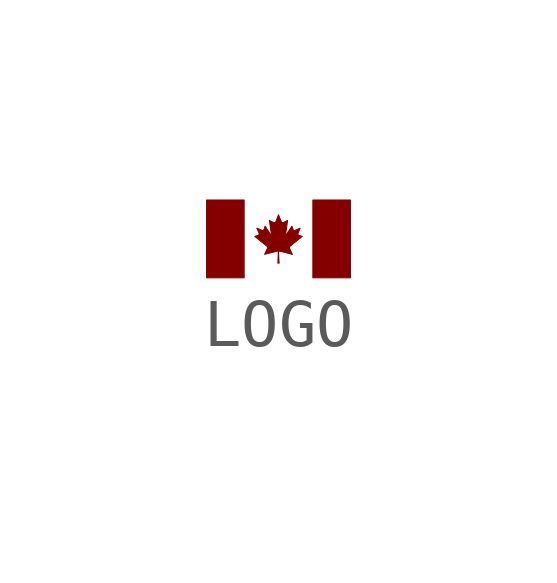
<source format=kicad_sym>
(kicad_symbol_lib
  (version 20220914)
  (generator "bitmap2component")
  (generator_version "9.0")
  (symbol "LOGO"
    (pin_names
      (offset 1.016))
    (property "Reference" "#G"
      (at 0 0.176 0)
      (effects (font (size 1.27 1.27)) hide))
    (symbol "LOGO_0_0"
      (polyline (pts (xy -0.716 0.000100) (xy -0.716 0.811) (xy -1.108 0.811) (xy -1.5 0.811) (xy -1.5 0.000100) (xy -1.5 -0.811) (xy -1.108 -0.811) (xy -0.716 -0.811) (xy -0.716 0.000100)) (stroke (width 0.01) (type default)) (fill (type outline)))
      (polyline (pts (xy 1.5 0.000100) (xy 1.5 0.811) (xy 1.108 0.811) (xy 0.716 0.811) (xy 0.716 0.000100) (xy 0.716 -0.811) (xy 1.108 -0.811) (xy 1.5 -0.811) (xy 1.5 0.000100)) (stroke (width 0.01) (type default)) (fill (type outline)))
      (polyline (pts (xy 0.000200 -0.505) (xy 0.013 -0.505) (xy 0.013 -0.5) (xy 0.013 -0.499) (xy 0.013 -0.495) (xy 0.013 -0.491) (xy 0.012 -0.486) (xy 0.012 -0.485) (xy 0.012 -0.482) (xy 0.011 -0.477) (xy 0.011 -0.471) (xy 0.011 -0.465) (xy 0.01 -0.459) (xy 0.01 -0.457) (xy 0.01 -0.451) (xy 0.009 -0.445) (xy 0.009 -0.439) (xy 0.009 -0.434) (xy 0.009 -0.431) (xy 0.008 -0.429) (xy 0.008 -0.425) (xy 0.008 -0.42) (xy 0.007 -0.414) (xy 0.007 -0.408) (xy 0.007 -0.401) (xy 0.007 -0.398) (xy 0.006 -0.391) (xy 0.006 -0.384) (xy 0.006 -0.377) (xy 0.005 -0.372) (xy 0.005 -0.367) (xy 0.005 -0.366) (xy 0.005 -0.362) (xy 0.005 -0.357) (xy 0.004 -0.35) (xy 0.004 -0.343) (xy 0.004 -0.335) (xy 0.004 -0.327) (xy 0.003 -0.319) (xy 0.003 -0.312) (xy 0.003 -0.303) (xy 0.003 -0.295) (xy 0.003 -0.289) (xy 0.003 -0.283) (xy 0.002 -0.279) (xy 0.002 -0.276) (xy 0.002 -0.274) (xy 0.003 -0.272) (xy 0.003 -0.271) (xy 0.003 -0.271) (xy 0.003 -0.27) (xy 0.003 -0.27) (xy 0.003 -0.269) (xy 0.004 -0.267) (xy 0.004 -0.264) (xy 0.004 -0.261) (xy 0.006 -0.259) (xy 0.009 -0.257) (xy 0.01 -0.257) (xy 0.012 -0.256) (xy 0.015 -0.256) (xy 0.019 -0.255) (xy 0.022 -0.255) (xy 0.026 -0.256) (xy 0.029 -0.257) (xy 0.031 -0.257) (xy 0.035 -0.258) (xy 0.038 -0.259) (xy 0.039 -0.259) (xy 0.042 -0.259) (xy 0.045 -0.26) (xy 0.047 -0.26) (xy 0.048 -0.261) (xy 0.05 -0.261) (xy 0.053 -0.262) (xy 0.056 -0.262) (xy 0.059 -0.263) (xy 0.06 -0.264) (xy 0.06 -0.264) (xy 0.062 -0.264) (xy 0.065 -0.265) (xy 0.066 -0.265) (xy 0.069 -0.266) (xy 0.072 -0.267) (xy 0.073 -0.267) (xy 0.076 -0.268) (xy 0.079 -0.268) (xy 0.079 -0.268) (xy 0.082 -0.269) (xy 0.085 -0.27) (xy 0.086 -0.27) (xy 0.089 -0.271) (xy 0.091 -0.272) (xy 0.094 -0.272) (xy 0.097 -0.273) (xy 0.098 -0.273) (xy 0.101 -0.274) (xy 0.104 -0.275) (xy 0.105 -0.275) (xy 0.108 -0.276) (xy 0.11 -0.276) (xy 0.111 -0.277) (xy 0.114 -0.277) (xy 0.116 -0.278) (xy 0.118 -0.278) (xy 0.121 -0.279) (xy 0.123 -0.28) (xy 0.124 -0.28) (xy 0.126 -0.281) (xy 0.129 -0.281) (xy 0.131 -0.282) (xy 0.134 -0.282) (xy 0.136 -0.283) (xy 0.136 -0.283) (xy 0.139 -0.284) (xy 0.142 -0.284) (xy 0.142 -0.284) (xy 0.145 -0.285) (xy 0.147 -0.286) (xy 0.148 -0.286) (xy 0.151 -0.287) (xy 0.154 -0.288) (xy 0.155 -0.288) (xy 0.158 -0.288) (xy 0.16 -0.289) (xy 0.161 -0.29) (xy 0.164 -0.29) (xy 0.167 -0.291) (xy 0.169 -0.291) (xy 0.172 -0.292) (xy 0.173 -0.293) (xy 0.174 -0.293) (xy 0.176 -0.294) (xy 0.179 -0.294) (xy 0.18 -0.294) (xy 0.183 -0.295) (xy 0.186 -0.296) (xy 0.186 -0.296) (xy 0.189 -0.297) (xy 0.192 -0.297) (xy 0.193 -0.297) (xy 0.196 -0.298) (xy 0.199 -0.299) (xy 0.2 -0.299) (xy 0.203 -0.3) (xy 0.205 -0.301) (xy 0.208 -0.301) (xy 0.21 -0.302) (xy 0.211 -0.302) (xy 0.214 -0.303) (xy 0.217 -0.304) (xy 0.219 -0.304) (xy 0.221 -0.305) (xy 0.223 -0.305) (xy 0.224 -0.306) (xy 0.227 -0.307) (xy 0.23 -0.307) (xy 0.232 -0.307) (xy 0.234 -0.308) (xy 0.236 -0.309) (xy 0.237 -0.309) (xy 0.24 -0.31) (xy 0.243 -0.31) (xy 0.245 -0.311) (xy 0.248 -0.311) (xy 0.25 -0.312) (xy 0.252 -0.313) (xy 0.255 -0.314) (xy 0.257 -0.314) (xy 0.26 -0.315) (xy 0.261 -0.316) (xy 0.264 -0.316) (xy 0.267 -0.317) (xy 0.269 -0.317) (xy 0.272 -0.318) (xy 0.274 -0.318) (xy 0.275 -0.319) (xy 0.277 -0.319) (xy 0.28 -0.32) (xy 0.283 -0.321) (xy 0.285 -0.321) (xy 0.286 -0.321) (xy 0.287 -0.32) (xy 0.286 -0.318) (xy 0.285 -0.314) (xy 0.283 -0.309) (xy 0.282 -0.309) (xy 0.281 -0.306) (xy 0.28 -0.303) (xy 0.279 -0.302) (xy 0.279 -0.3) (xy 0.278 -0.298) (xy 0.277 -0.296) (xy 0.276 -0.295) (xy 0.276 -0.294) (xy 0.275 -0.293) (xy 0.275 -0.293) (xy 0.274 -0.292) (xy 0.273 -0.29) (xy 0.273 -0.289) (xy 0.272 -0.287) (xy 0.271 -0.285) (xy 0.271 -0.284) (xy 0.27 -0.283) (xy 0.27 -0.281) (xy 0.268 -0.279) (xy 0.267 -0.277) (xy 0.267 -0.275) (xy 0.266 -0.274) (xy 0.265 -0.273) (xy 0.265 -0.273) (xy 0.264 -0.271) (xy 0.264 -0.269) (xy 0.263 -0.268) (xy 0.263 -0.266) (xy 0.262 -0.265) (xy 0.261 -0.265) (xy 0.261 -0.263) (xy 0.261 -0.263) (xy 0.26 -0.261) (xy 0.259 -0.258) (xy 0.259 -0.258) (xy 0.257 -0.255) (xy 0.256 -0.253) (xy 0.256 -0.251) (xy 0.255 -0.249) (xy 0.255 -0.249) (xy 0.252 -0.245) (xy 0.251 -0.241) (xy 0.25 -0.239) (xy 0.25 -0.238) (xy 0.249 -0.237) (xy 0.249 -0.237) (xy 0.248 -0.236) (xy 0.247 -0.234) (xy 0.247 -0.233) (xy 0.246 -0.231) (xy 0.245 -0.23) (xy 0.245 -0.229) (xy 0.244 -0.227) (xy 0.244 -0.226) (xy 0.244 -0.224) (xy 0.242 -0.222) (xy 0.242 -0.222) (xy 0.241 -0.218) (xy 0.239 -0.215) (xy 0.239 -0.214) (xy 0.238 -0.212) (xy 0.237 -0.21) (xy 0.237 -0.209) (xy 0.236 -0.207) (xy 0.236 -0.207) (xy 0.235 -0.205) (xy 0.234 -0.203) (xy 0.234 -0.202) (xy 0.233 -0.2) (xy 0.233 -0.198) (xy 0.232 -0.196) (xy 0.231 -0.193) (xy 0.231 -0.189) (xy 0.231 -0.184) (xy 0.231 -0.179) (xy 0.231 -0.174) (xy 0.231 -0.17) (xy 0.232 -0.167) (xy 0.233 -0.166) (xy 0.233 -0.164) (xy 0.234 -0.163) (xy 0.234 -0.161) (xy 0.236 -0.159) (xy 0.237 -0.158) (xy 0.237 -0.157) (xy 0.238 -0.157) (xy 0.239 -0.155) (xy 0.241 -0.153) (xy 0.244 -0.15) (xy 0.247 -0.148) (xy 0.25 -0.145) (xy 0.253 -0.143) (xy 0.255 -0.142) (xy 0.256 -0.141) (xy 0.257 -0.141) (xy 0.258 -0.14) (xy 0.259 -0.139) (xy 0.263 -0.136) (xy 0.267 -0.133) (xy 0.27 -0.13) (xy 0.271 -0.129) (xy 0.273 -0.128) (xy 0.273 -0.127) (xy 0.273 -0.126) (xy 0.274 -0.126) (xy 0.275 -0.126) (xy 0.276 -0.125) (xy 0.278 -0.123) (xy 0.278 -0.123) (xy 0.281 -0.121) (xy 0.283 -0.119) (xy 0.284 -0.118) (xy 0.286 -0.117) (xy 0.286 -0.116) (xy 0.287 -0.116) (xy 0.288 -0.115) (xy 0.29 -0.114) (xy 0.29 -0.114) (xy 0.291 -0.113) (xy 0.293 -0.111) (xy 0.295 -0.11) (xy 0.297 -0.107) (xy 0.301 -0.104) (xy 0.303 -0.103) (xy 0.306 -0.101) (xy 0.308 -0.099) (xy 0.309 -0.098) (xy 0.31 -0.097) (xy 0.313 -0.095) (xy 0.316 -0.092) (xy 0.318 -0.091) (xy 0.32 -0.09) (xy 0.32 -0.089) (xy 0.322 -0.088) (xy 0.322 -0.087) (xy 0.323 -0.086) (xy 0.324 -0.086) (xy 0.326 -0.085) (xy 0.326 -0.085) (xy 0.331 -0.08) (xy 0.338 -0.075) (xy 0.34 -0.073) (xy 0.343 -0.071) (xy 0.345 -0.069) (xy 0.346 -0.068) (xy 0.347 -0.067) (xy 0.349 -0.066) (xy 0.351 -0.065) (xy 0.353 -0.063) (xy 0.355 -0.061) (xy 0.357 -0.06) (xy 0.358 -0.059) (xy 0.358 -0.058) (xy 0.359 -0.057) (xy 0.36 -0.057) (xy 0.361 -0.057) (xy 0.361 -0.056) (xy 0.363 -0.055) (xy 0.365 -0.053) (xy 0.367 -0.051) (xy 0.37 -0.049) (xy 0.371 -0.048) (xy 0.372 -0.047) (xy 0.373 -0.047) (xy 0.374 -0.046) (xy 0.376 -0.044) (xy 0.38 -0.04) (xy 0.385 -0.036) (xy 0.387 -0.035) (xy 0.39 -0.033) (xy 0.39 -0.033) (xy 0.392 -0.031) (xy 0.393 -0.03) (xy 0.393 -0.03) (xy 0.394 -0.029) (xy 0.396 -0.027) (xy 0.399 -0.025) (xy 0.399 -0.025) (xy 0.402 -0.023) (xy 0.403 -0.022) (xy 0.404 -0.021) (xy 0.405 -0.021) (xy 0.406 -0.02) (xy 0.407 -0.019) (xy 0.409 -0.017) (xy 0.411 -0.015) (xy 0.413 -0.014) (xy 0.415 -0.012) (xy 0.417 -0.011) (xy 0.418 -0.01) (xy 0.42 -0.008) (xy 0.422 -0.006) (xy 0.424 -0.005) (xy 0.425 -0.004) (xy 0.426 -0.003) (xy 0.426 -0.003) (xy 0.427 -0.003) (xy 0.428 -0.002) (xy 0.429 -0.001) (xy 0.429 -0.001) (xy 0.431 0.000300) (xy 0.433 0.002) (xy 0.435 0.004) (xy 0.437 0.006) (xy 0.439 0.007) (xy 0.44 0.008) (xy 0.441 0.008) (xy 0.443 0.01) (xy 0.444 0.011) (xy 0.447 0.013) (xy 0.45 0.016) (xy 0.453 0.018) (xy 0.455 0.02) (xy 0.456 0.021) (xy 0.458 0.022) (xy 0.461 0.025) (xy 0.461 0.025) (xy 0.462 0.026) (xy 0.465 0.028) (xy 0.468 0.03) (xy 0.468 0.03) (xy 0.47 0.033) (xy 0.473 0.035) (xy 0.474 0.036) (xy 0.475 0.036) (xy 0.476 0.037) (xy 0.476 0.037) (xy 0.477 0.038) (xy 0.479 0.04) (xy 0.48 0.04) (xy 0.482 0.042) (xy 0.484 0.044) (xy 0.485 0.044) (xy 0.487 0.046) (xy 0.49 0.048) (xy 0.491 0.049) (xy 0.493 0.051) (xy 0.494 0.052) (xy 0.495 0.053) (xy 0.494 0.054) (xy 0.493 0.054) (xy 0.49 0.054) (xy 0.488 0.055) (xy 0.485 0.055) (xy 0.483 0.056) (xy 0.481 0.057) (xy 0.478 0.058) (xy 0.477 0.058) (xy 0.475 0.058) (xy 0.472 0.059) (xy 0.471 0.06) (xy 0.468 0.06) (xy 0.466 0.061) (xy 0.466 0.061) (xy 0.463 0.062) (xy 0.46 0.063) (xy 0.46 0.063) (xy 0.457 0.064) (xy 0.455 0.064) (xy 0.453 0.065) (xy 0.45 0.066) (xy 0.45 0.066) (xy 0.448 0.067) (xy 0.446 0.067) (xy 0.446 0.067) (xy 0.443 0.068) (xy 0.441 0.069) (xy 0.441 0.069) (xy 0.439 0.07) (xy 0.437 0.071) (xy 0.437 0.071) (xy 0.434 0.071) (xy 0.433 0.072) (xy 0.432 0.073) (xy 0.43 0.074) (xy 0.428 0.074) (xy 0.426 0.075) (xy 0.425 0.077) (xy 0.423 0.077) (xy 0.423 0.077) (xy 0.421 0.078) (xy 0.418 0.079) (xy 0.418 0.08) (xy 0.415 0.082) (xy 0.414 0.083) (xy 0.412 0.084) (xy 0.409 0.086) (xy 0.407 0.089) (xy 0.405 0.091) (xy 0.403 0.093) (xy 0.403 0.095) (xy 0.403 0.097) (xy 0.402 0.1) (xy 0.402 0.1) (xy 0.401 0.102) (xy 0.402 0.103) (xy 0.403 0.104) (xy 0.403 0.106) (xy 0.403 0.109) (xy 0.405 0.111) (xy 0.406 0.113) (xy 0.406 0.115) (xy 0.406 0.116) (xy 0.408 0.118) (xy 0.409 0.12) (xy 0.409 0.122) (xy 0.41 0.124) (xy 0.411 0.126) (xy 0.412 0.128) (xy 0.413 0.13) (xy 0.413 0.132) (xy 0.414 0.134) (xy 0.415 0.135) (xy 0.416 0.137) (xy 0.416 0.137) (xy 0.416 0.139) (xy 0.417 0.142) (xy 0.418 0.142) (xy 0.419 0.145) (xy 0.421 0.148) (xy 0.421 0.149) (xy 0.422 0.152) (xy 0.422 0.153) (xy 0.423 0.154) (xy 0.424 0.156) (xy 0.424 0.156) (xy 0.425 0.158) (xy 0.425 0.16) (xy 0.425 0.16) (xy 0.426 0.162) (xy 0.427 0.164) (xy 0.428 0.165) (xy 0.428 0.167) (xy 0.429 0.167) (xy 0.429 0.169) (xy 0.43 0.171) (xy 0.43 0.172) (xy 0.431 0.174) (xy 0.432 0.176) (xy 0.432 0.177) (xy 0.433 0.179) (xy 0.434 0.18) (xy 0.435 0.183) (xy 0.436 0.185) (xy 0.437 0.188) (xy 0.438 0.19) (xy 0.439 0.192) (xy 0.439 0.193) (xy 0.44 0.195) (xy 0.44 0.195) (xy 0.441 0.196) (xy 0.442 0.199) (xy 0.442 0.199) (xy 0.443 0.201) (xy 0.444 0.202) (xy 0.444 0.203) (xy 0.445 0.204) (xy 0.445 0.207) (xy 0.445 0.207) (xy 0.446 0.209) (xy 0.447 0.211) (xy 0.448 0.212) (xy 0.448 0.214) (xy 0.449 0.215) (xy 0.45 0.217) (xy 0.451 0.219) (xy 0.451 0.221) (xy 0.451 0.222) (xy 0.451 0.223) (xy 0.449 0.223) (xy 0.447 0.223) (xy 0.445 0.222) (xy 0.445 0.222) (xy 0.443 0.221) (xy 0.44 0.22) (xy 0.44 0.22) (xy 0.438 0.219) (xy 0.437 0.218) (xy 0.437 0.218) (xy 0.435 0.217) (xy 0.433 0.217) (xy 0.433 0.217) (xy 0.431 0.216) (xy 0.429 0.215) (xy 0.429 0.214) (xy 0.427 0.213) (xy 0.425 0.213) (xy 0.423 0.212) (xy 0.421 0.211) (xy 0.419 0.21) (xy 0.417 0.21) (xy 0.416 0.209) (xy 0.414 0.208) (xy 0.412 0.207) (xy 0.412 0.207) (xy 0.409 0.206) (xy 0.408 0.205) (xy 0.406 0.204) (xy 0.404 0.204) (xy 0.404 0.204) (xy 0.402 0.203) (xy 0.401 0.202) (xy 0.4 0.201) (xy 0.398 0.201) (xy 0.396 0.2) (xy 0.394 0.199) (xy 0.392 0.198) (xy 0.39 0.197) (xy 0.39 0.197) (xy 0.388 0.197) (xy 0.386 0.196) (xy 0.386 0.195) (xy 0.384 0.194) (xy 0.382 0.194) (xy 0.38 0.193) (xy 0.378 0.192) (xy 0.376 0.191) (xy 0.374 0.19) (xy 0.373 0.19) (xy 0.372 0.189) (xy 0.372 0.189) (xy 0.37 0.188) (xy 0.368 0.188) (xy 0.368 0.187) (xy 0.366 0.187) (xy 0.364 0.186) (xy 0.363 0.185) (xy 0.361 0.184) (xy 0.361 0.184) (xy 0.359 0.184) (xy 0.356 0.183) (xy 0.356 0.182) (xy 0.353 0.181) (xy 0.35 0.179) (xy 0.349 0.179) (xy 0.346 0.178) (xy 0.345 0.177) (xy 0.344 0.177) (xy 0.343 0.177) (xy 0.343 0.176) (xy 0.342 0.176) (xy 0.34 0.175) (xy 0.336 0.174) (xy 0.333 0.174) (xy 0.329 0.174) (xy 0.326 0.175) (xy 0.323 0.175) (xy 0.322 0.176) (xy 0.321 0.177) (xy 0.32 0.177) (xy 0.319 0.178) (xy 0.317 0.18) (xy 0.314 0.182) (xy 0.312 0.184) (xy 0.31 0.187) (xy 0.309 0.188) (xy 0.309 0.189) (xy 0.308 0.191) (xy 0.307 0.191) (xy 0.306 0.192) (xy 0.306 0.194) (xy 0.305 0.196) (xy 0.304 0.197) (xy 0.303 0.198) (xy 0.302 0.199) (xy 0.302 0.2) (xy 0.302 0.201) (xy 0.301 0.203) (xy 0.3 0.204) (xy 0.299 0.206) (xy 0.299 0.208) (xy 0.299 0.209) (xy 0.298 0.211) (xy 0.298 0.211) (xy 0.297 0.213) (xy 0.296 0.215) (xy 0.296 0.216) (xy 0.295 0.219) (xy 0.294 0.222) (xy 0.293 0.223) (xy 0.293 0.225) (xy 0.292 0.227) (xy 0.292 0.229) (xy 0.291 0.231) (xy 0.29 0.233) (xy 0.29 0.235) (xy 0.29 0.235) (xy 0.289 0.238) (xy 0.288 0.24) (xy 0.288 0.241) (xy 0.287 0.244) (xy 0.286 0.246) (xy 0.286 0.247) (xy 0.286 0.249) (xy 0.285 0.252) (xy 0.284 0.253) (xy 0.283 0.256) (xy 0.283 0.26) (xy 0.283 0.261) (xy 0.282 0.263) (xy 0.282 0.264) (xy 0.281 0.265) (xy 0.279 0.264) (xy 0.278 0.263) (xy 0.276 0.26) (xy 0.275 0.258) (xy 0.273 0.255) (xy 0.272 0.253) (xy 0.27 0.251) (xy 0.269 0.248) (xy 0.268 0.247) (xy 0.267 0.246) (xy 0.266 0.246) (xy 0.266 0.245) (xy 0.266 0.244) (xy 0.265 0.243) (xy 0.263 0.24) (xy 0.262 0.238) (xy 0.26 0.236) (xy 0.26 0.236) (xy 0.259 0.236) (xy 0.259 0.234) (xy 0.258 0.234) (xy 0.257 0.231) (xy 0.255 0.228) (xy 0.253 0.226) (xy 0.253 0.225) (xy 0.252 0.223) (xy 0.252 0.222) (xy 0.25 0.221) (xy 0.249 0.22) (xy 0.248 0.218) (xy 0.248 0.217) (xy 0.247 0.216) (xy 0.247 0.216) (xy 0.246 0.215) (xy 0.246 0.214) (xy 0.245 0.212) (xy 0.243 0.21) (xy 0.242 0.208) (xy 0.24 0.206) (xy 0.24 0.205) (xy 0.239 0.204) (xy 0.239 0.203) (xy 0.238 0.202) (xy 0.236 0.2) (xy 0.235 0.198) (xy 0.234 0.196) (xy 0.232 0.194) (xy 0.232 0.192) (xy 0.231 0.191) (xy 0.23 0.191) (xy 0.23 0.19) (xy 0.229 0.189) (xy 0.228 0.187) (xy 0.227 0.186) (xy 0.226 0.185) (xy 0.226 0.184) (xy 0.225 0.182) (xy 0.224 0.181) (xy 0.222 0.178) (xy 0.22 0.174) (xy 0.22 0.174) (xy 0.219 0.172) (xy 0.218 0.171) (xy 0.218 0.171) (xy 0.216 0.17) (xy 0.215 0.168) (xy 0.214 0.166) (xy 0.213 0.165) (xy 0.213 0.164) (xy 0.212 0.163) (xy 0.21 0.161) (xy 0.21 0.16) (xy 0.21 0.16) (xy 0.209 0.159) (xy 0.208 0.157) (xy 0.206 0.154) (xy 0.203 0.15) (xy 0.203 0.149) (xy 0.201 0.146) (xy 0.199 0.143) (xy 0.198 0.141) (xy 0.197 0.14) (xy 0.197 0.139) (xy 0.195 0.137) (xy 0.193 0.134) (xy 0.191 0.131) (xy 0.191 0.131) (xy 0.188 0.127) (xy 0.186 0.123) (xy 0.184 0.12) (xy 0.182 0.118) (xy 0.182 0.117) (xy 0.18 0.115) (xy 0.179 0.114) (xy 0.179 0.113) (xy 0.178 0.111) (xy 0.177 0.11) (xy 0.176 0.108) (xy 0.174 0.105) (xy 0.173 0.104) (xy 0.172 0.103) (xy 0.172 0.103) (xy 0.171 0.102) (xy 0.171 0.101) (xy 0.17 0.099) (xy 0.168 0.097) (xy 0.167 0.094) (xy 0.166 0.093) (xy 0.165 0.093) (xy 0.165 0.091) (xy 0.164 0.091) (xy 0.164 0.089) (xy 0.163 0.089) (xy 0.162 0.087) (xy 0.16 0.085) (xy 0.158 0.082) (xy 0.157 0.079) (xy 0.156 0.077) (xy 0.155 0.076) (xy 0.155 0.076) (xy 0.153 0.074) (xy 0.152 0.073) (xy 0.151 0.071) (xy 0.151 0.071) (xy 0.15 0.069) (xy 0.148 0.068) (xy 0.146 0.07) (xy 0.145 0.071) (xy 0.145 0.073) (xy 0.145 0.074) (xy 0.146 0.077) (xy 0.146 0.08) (xy 0.147 0.084) (xy 0.147 0.087) (xy 0.147 0.091) (xy 0.148 0.094) (xy 0.148 0.097) (xy 0.149 0.098) (xy 0.149 0.101) (xy 0.15 0.105) (xy 0.15 0.109) (xy 0.15 0.111) (xy 0.151 0.115) (xy 0.151 0.117) (xy 0.152 0.119) (xy 0.152 0.12) (xy 0.152 0.122) (xy 0.153 0.126) (xy 0.153 0.13) (xy 0.154 0.134) (xy 0.154 0.138) (xy 0.155 0.141) (xy 0.155 0.142) (xy 0.155 0.143) (xy 0.156 0.146) (xy 0.156 0.15) (xy 0.157 0.154) (xy 0.157 0.158) (xy 0.158 0.161) (xy 0.158 0.164) (xy 0.158 0.165) (xy 0.159 0.165) (xy 0.159 0.167) (xy 0.159 0.17) (xy 0.16 0.174) (xy 0.16 0.176) (xy 0.16 0.18) (xy 0.161 0.183) (xy 0.162 0.186) (xy 0.162 0.189) (xy 0.163 0.192) (xy 0.163 0.196) (xy 0.163 0.199) (xy 0.164 0.203) (xy 0.164 0.207) (xy 0.165 0.208) (xy 0.165 0.212) (xy 0.166 0.216) (xy 0.166 0.221) (xy 0.167 0.224) (xy 0.167 0.228) (xy 0.167 0.231) (xy 0.168 0.232) (xy 0.168 0.233) (xy 0.169 0.235) (xy 0.169 0.238) (xy 0.169 0.241) (xy 0.169 0.243) (xy 0.17 0.246) (xy 0.17 0.25) (xy 0.171 0.253) (xy 0.171 0.254) (xy 0.172 0.257) (xy 0.172 0.26) (xy 0.173 0.264) (xy 0.173 0.266) (xy 0.173 0.27) (xy 0.174 0.274) (xy 0.174 0.276) (xy 0.175 0.278) (xy 0.175 0.281) (xy 0.176 0.285) (xy 0.176 0.287) (xy 0.176 0.292) (xy 0.177 0.296) (xy 0.177 0.297) (xy 0.178 0.301) (xy 0.179 0.305) (xy 0.179 0.309) (xy 0.179 0.311) (xy 0.18 0.315) (xy 0.18 0.319) (xy 0.181 0.323) (xy 0.182 0.325) (xy 0.182 0.329) (xy 0.182 0.333) (xy 0.183 0.336) (xy 0.183 0.339) (xy 0.184 0.342) (xy 0.184 0.343) (xy 0.185 0.346) (xy 0.185 0.35) (xy 0.185 0.354) (xy 0.186 0.356) (xy 0.186 0.36) (xy 0.187 0.363) (xy 0.187 0.366) (xy 0.188 0.366) (xy 0.188 0.369) (xy 0.188 0.372) (xy 0.189 0.376) (xy 0.189 0.38) (xy 0.189 0.383) (xy 0.189 0.385) (xy 0.189 0.386) (xy 0.189 0.386) (xy 0.187 0.386) (xy 0.185 0.385) (xy 0.183 0.383) (xy 0.181 0.382) (xy 0.179 0.381) (xy 0.178 0.38) (xy 0.178 0.38) (xy 0.176 0.379) (xy 0.175 0.378) (xy 0.173 0.377) (xy 0.173 0.377) (xy 0.171 0.376) (xy 0.17 0.376) (xy 0.169 0.375) (xy 0.167 0.374) (xy 0.166 0.373) (xy 0.164 0.372) (xy 0.163 0.372) (xy 0.161 0.371) (xy 0.16 0.37) (xy 0.159 0.369) (xy 0.157 0.368) (xy 0.155 0.368) (xy 0.155 0.368) (xy 0.154 0.367) (xy 0.152 0.366) (xy 0.152 0.366) (xy 0.15 0.364) (xy 0.148 0.364) (xy 0.147 0.363) (xy 0.144 0.362) (xy 0.141 0.36) (xy 0.138 0.358) (xy 0.135 0.357) (xy 0.133 0.356) (xy 0.132 0.356) (xy 0.131 0.356) (xy 0.13 0.355) (xy 0.13 0.355) (xy 0.129 0.354) (xy 0.127 0.353) (xy 0.126 0.353) (xy 0.123 0.352) (xy 0.122 0.351) (xy 0.121 0.35) (xy 0.119 0.35) (xy 0.119 0.35) (xy 0.117 0.349) (xy 0.115 0.348) (xy 0.115 0.348) (xy 0.113 0.347) (xy 0.111 0.346) (xy 0.11 0.346) (xy 0.108 0.346) (xy 0.106 0.345) (xy 0.105 0.344) (xy 0.102 0.343) (xy 0.099 0.343) (xy 0.099 0.343) (xy 0.097 0.343) (xy 0.094 0.342) (xy 0.093 0.341) (xy 0.09 0.34) (xy 0.086 0.34) (xy 0.082 0.34) (xy 0.078 0.34) (xy 0.075 0.341) (xy 0.072 0.342) (xy 0.071 0.343) (xy 0.069 0.343) (xy 0.069 0.343) (xy 0.068 0.344) (xy 0.066 0.346) (xy 0.064 0.348) (xy 0.062 0.349) (xy 0.062 0.351) (xy 0.061 0.351) (xy 0.06 0.353) (xy 0.06 0.354) (xy 0.059 0.356) (xy 0.059 0.358) (xy 0.058 0.36) (xy 0.058 0.36) (xy 0.057 0.362) (xy 0.056 0.365) (xy 0.056 0.365) (xy 0.055 0.368) (xy 0.054 0.369) (xy 0.054 0.369) (xy 0.053 0.371) (xy 0.053 0.373) (xy 0.053 0.373) (xy 0.052 0.376) (xy 0.051 0.377) (xy 0.051 0.377) (xy 0.05 0.379) (xy 0.049 0.382) (xy 0.049 0.382) (xy 0.048 0.384) (xy 0.048 0.386) (xy 0.047 0.387) (xy 0.046 0.388) (xy 0.046 0.389) (xy 0.046 0.391) (xy 0.044 0.393) (xy 0.044 0.394) (xy 0.043 0.396) (xy 0.043 0.398) (xy 0.043 0.399) (xy 0.042 0.401) (xy 0.041 0.402) (xy 0.04 0.405) (xy 0.039 0.407) (xy 0.038 0.409) (xy 0.038 0.409) (xy 0.037 0.411) (xy 0.036 0.413) (xy 0.036 0.414) (xy 0.035 0.416) (xy 0.035 0.418) (xy 0.034 0.418) (xy 0.033 0.42) (xy 0.033 0.42) (xy 0.033 0.422) (xy 0.032 0.425) (xy 0.031 0.425) (xy 0.03 0.428) (xy 0.03 0.429) (xy 0.03 0.429) (xy 0.029 0.431) (xy 0.028 0.433) (xy 0.028 0.433) (xy 0.027 0.436) (xy 0.026 0.438) (xy 0.026 0.439) (xy 0.025 0.441) (xy 0.025 0.441) (xy 0.024 0.443) (xy 0.024 0.445) (xy 0.023 0.445) (xy 0.023 0.448) (xy 0.022 0.449) (xy 0.022 0.449) (xy 0.021 0.451) (xy 0.02 0.454) (xy 0.02 0.454) (xy 0.019 0.456) (xy 0.018 0.458) (xy 0.018 0.459) (xy 0.017 0.461) (xy 0.017 0.461) (xy 0.017 0.463) (xy 0.015 0.465) (xy 0.015 0.465) (xy 0.014 0.468) (xy 0.014 0.469) (xy 0.013 0.471) (xy 0.012 0.473) (xy 0.011 0.474) (xy 0.011 0.477) (xy 0.011 0.477) (xy 0.01 0.479) (xy 0.009 0.481) (xy 0.009 0.481) (xy 0.008 0.483) (xy 0.007 0.485) (xy 0.007 0.486) (xy 0.006 0.488) (xy 0.005 0.49) (xy 0.005 0.49) (xy 0.004 0.492) (xy 0.004 0.494) (xy 0.003 0.497) (xy 0.001 0.499) (xy 0.001 0.501) (xy 0.001 0.502) (xy 0 0.502) (xy -0.001 0.502) (xy -0.001 0.5) (xy -0.001 0.499) (xy -0.002 0.497) (xy -0.002 0.497) (xy -0.003 0.495) (xy -0.004 0.493) (xy -0.004 0.493) (xy -0.005 0.49) (xy -0.006 0.488) (xy -0.006 0.487) (xy -0.007 0.485) (xy -0.007 0.485) (xy -0.007 0.483) (xy -0.009 0.48) (xy -0.009 0.48) (xy -0.01 0.477) (xy -0.01 0.476) (xy -0.01 0.476) (xy -0.011 0.474) (xy -0.012 0.472) (xy -0.012 0.471) (xy -0.013 0.469) (xy -0.014 0.467) (xy -0.014 0.466) (xy -0.015 0.464) (xy -0.015 0.464) (xy -0.016 0.462) (xy -0.017 0.46) (xy -0.017 0.46) (xy -0.018 0.457) (xy -0.019 0.455) (xy -0.019 0.453) (xy -0.02 0.452) (xy -0.02 0.451) (xy -0.02 0.449) (xy -0.021 0.447) (xy -0.022 0.447) (xy -0.023 0.444) (xy -0.024 0.441) (xy -0.024 0.441) (xy -0.024 0.439) (xy -0.025 0.437) (xy -0.026 0.436) (xy -0.027 0.434) (xy -0.027 0.434) (xy -0.027 0.431) (xy -0.028 0.429) (xy -0.029 0.429) (xy -0.03 0.427) (xy -0.03 0.425) (xy -0.03 0.425) (xy -0.031 0.423) (xy -0.032 0.42) (xy -0.032 0.42) (xy -0.033 0.417) (xy -0.034 0.416) (xy -0.034 0.415) (xy -0.035 0.413) (xy -0.035 0.413) (xy -0.036 0.41) (xy -0.036 0.408) (xy -0.037 0.407) (xy -0.037 0.405) (xy -0.038 0.404) (xy -0.039 0.403) (xy -0.04 0.401) (xy -0.04 0.401) (xy -0.04 0.399) (xy -0.041 0.396) (xy -0.041 0.396) (xy -0.042 0.393) (xy -0.043 0.39) (xy -0.043 0.39) (xy -0.044 0.388) (xy -0.045 0.386) (xy -0.046 0.385) (xy -0.046 0.382) (xy -0.047 0.381) (xy -0.048 0.379) (xy -0.048 0.379) (xy -0.049 0.377) (xy -0.049 0.375) (xy -0.05 0.374) (xy -0.05 0.372) (xy -0.051 0.37) (xy -0.052 0.369) (xy -0.052 0.367) (xy -0.052 0.367) (xy -0.053 0.365) (xy -0.054 0.362) (xy -0.054 0.362) (xy -0.055 0.359) (xy -0.056 0.358) (xy -0.056 0.358) (xy -0.057 0.356) (xy -0.059 0.353) (xy -0.061 0.35) (xy -0.064 0.348) (xy -0.067 0.345) (xy -0.07 0.344) (xy -0.072 0.343) (xy -0.074 0.343) (xy -0.076 0.342) (xy -0.077 0.341) (xy -0.08 0.341) (xy -0.084 0.34) (xy -0.088 0.341) (xy -0.091 0.341) (xy -0.094 0.342) (xy -0.097 0.343) (xy -0.099 0.343) (xy -0.1 0.343) (xy -0.103 0.344) (xy -0.106 0.345) (xy -0.106 0.345) (xy -0.109 0.346) (xy -0.111 0.346) (xy -0.111 0.346) (xy -0.113 0.347) (xy -0.115 0.348) (xy -0.116 0.348) (xy -0.118 0.349) (xy -0.12 0.35) (xy -0.121 0.35) (xy -0.122 0.351) (xy -0.122 0.351) (xy -0.124 0.352) (xy -0.126 0.353) (xy -0.127 0.353) (xy -0.129 0.353) (xy -0.13 0.354) (xy -0.13 0.354) (xy -0.132 0.355) (xy -0.135 0.357) (xy -0.139 0.359) (xy -0.141 0.36) (xy -0.145 0.362) (xy -0.147 0.363) (xy -0.148 0.364) (xy -0.148 0.364) (xy -0.15 0.365) (xy -0.152 0.366) (xy -0.153 0.366) (xy -0.154 0.367) (xy -0.156 0.368) (xy -0.157 0.368) (xy -0.159 0.369) (xy -0.16 0.37) (xy -0.162 0.371) (xy -0.162 0.372) (xy -0.164 0.372) (xy -0.165 0.372) (xy -0.167 0.374) (xy -0.168 0.375) (xy -0.17 0.376) (xy -0.171 0.376) (xy -0.173 0.377) (xy -0.175 0.378) (xy -0.176 0.379) (xy -0.177 0.379) (xy -0.178 0.38) (xy -0.179 0.381) (xy -0.181 0.382) (xy -0.183 0.383) (xy -0.186 0.385) (xy -0.186 0.385) (xy -0.188 0.386) (xy -0.189 0.386) (xy -0.189 0.386) (xy -0.189 0.384) (xy -0.189 0.381) (xy -0.189 0.377) (xy -0.189 0.374) (xy -0.188 0.37) (xy -0.188 0.367) (xy -0.187 0.365) (xy -0.187 0.364) (xy -0.186 0.361) (xy -0.186 0.357) (xy -0.185 0.353) (xy -0.185 0.351) (xy -0.185 0.347) (xy -0.184 0.344) (xy -0.184 0.342) (xy -0.183 0.34) (xy -0.183 0.337) (xy -0.183 0.333) (xy -0.183 0.332) (xy -0.182 0.327) (xy -0.181 0.322) (xy -0.18 0.32) (xy -0.18 0.315) (xy -0.179 0.31) (xy -0.179 0.307) (xy -0.178 0.303) (xy -0.178 0.299) (xy -0.177 0.298) (xy -0.177 0.294) (xy -0.176 0.29) (xy -0.176 0.285) (xy -0.175 0.283) (xy -0.175 0.279) (xy -0.175 0.276) (xy -0.174 0.275) (xy -0.174 0.274) (xy -0.173 0.272) (xy -0.173 0.268) (xy -0.173 0.265) (xy -0.172 0.262) (xy -0.172 0.259) (xy -0.172 0.256) (xy -0.171 0.255) (xy -0.171 0.254) (xy -0.17 0.251) (xy -0.17 0.248) (xy -0.17 0.244) (xy -0.169 0.24) (xy -0.169 0.236) (xy -0.168 0.234) (xy -0.168 0.232) (xy -0.168 0.231) (xy -0.167 0.228) (xy -0.167 0.225) (xy -0.166 0.221) (xy -0.166 0.218) (xy -0.166 0.213) (xy -0.165 0.21) (xy -0.164 0.207) (xy -0.164 0.204) (xy -0.163 0.2) (xy -0.163 0.196) (xy -0.163 0.193) (xy -0.162 0.189) (xy -0.162 0.186) (xy -0.161 0.185) (xy -0.161 0.182) (xy -0.16 0.178) (xy -0.16 0.174) (xy -0.16 0.172) (xy -0.159 0.169) (xy -0.159 0.166) (xy -0.158 0.165) (xy -0.158 0.164) (xy -0.158 0.161) (xy -0.157 0.158) (xy -0.157 0.154) (xy -0.156 0.15) (xy -0.156 0.146) (xy -0.155 0.143) (xy -0.155 0.142) (xy -0.155 0.141) (xy -0.154 0.138) (xy -0.154 0.134) (xy -0.153 0.13) (xy -0.153 0.126) (xy -0.152 0.122) (xy -0.152 0.12) (xy -0.152 0.119) (xy -0.151 0.118) (xy -0.151 0.116) (xy -0.151 0.113) (xy -0.15 0.109) (xy -0.15 0.107) (xy -0.15 0.103) (xy -0.149 0.1) (xy -0.149 0.097) (xy -0.148 0.096) (xy -0.148 0.093) (xy -0.147 0.089) (xy -0.147 0.084) (xy -0.146 0.082) (xy -0.146 0.077) (xy -0.145 0.074) (xy -0.145 0.072) (xy -0.145 0.072) (xy -0.145 0.07) (xy -0.145 0.069) (xy -0.147 0.069) (xy -0.149 0.069) (xy -0.151 0.07) (xy -0.152 0.072) (xy -0.152 0.072) (xy -0.153 0.073) (xy -0.154 0.074) (xy -0.155 0.076) (xy -0.155 0.076) (xy -0.156 0.078) (xy -0.158 0.081) (xy -0.159 0.083) (xy -0.16 0.084) (xy -0.161 0.085) (xy -0.162 0.087) (xy -0.163 0.089) (xy -0.165 0.092) (xy -0.166 0.093) (xy -0.166 0.093) (xy -0.167 0.095) (xy -0.169 0.097) (xy -0.17 0.099) (xy -0.171 0.101) (xy -0.172 0.102) (xy -0.172 0.102) (xy -0.172 0.103) (xy -0.173 0.103) (xy -0.174 0.105) (xy -0.176 0.107) (xy -0.177 0.11) (xy -0.178 0.112) (xy -0.178 0.113) (xy -0.179 0.113) (xy -0.18 0.114) (xy -0.18 0.115) (xy -0.181 0.116) (xy -0.182 0.118) (xy -0.183 0.119) (xy -0.185 0.121) (xy -0.187 0.124) (xy -0.189 0.128) (xy -0.192 0.132) (xy -0.195 0.136) (xy -0.197 0.14) (xy -0.199 0.143) (xy -0.2 0.145) (xy -0.201 0.146) (xy -0.202 0.148) (xy -0.203 0.148) (xy -0.203 0.149) (xy -0.203 0.15) (xy -0.204 0.151) (xy -0.205 0.153) (xy -0.206 0.153) (xy -0.207 0.155) (xy -0.207 0.157) (xy -0.208 0.157) (xy -0.209 0.158) (xy -0.209 0.159) (xy -0.21 0.16) (xy -0.21 0.161) (xy -0.212 0.163) (xy -0.213 0.164) (xy -0.213 0.165) (xy -0.213 0.165) (xy -0.214 0.166) (xy -0.215 0.168) (xy -0.217 0.17) (xy -0.218 0.172) (xy -0.219 0.172) (xy -0.219 0.173) (xy -0.22 0.175) (xy -0.222 0.179) (xy -0.225 0.182) (xy -0.226 0.183) (xy -0.226 0.185) (xy -0.227 0.186) (xy -0.228 0.187) (xy -0.229 0.189) (xy -0.23 0.19) (xy -0.23 0.191) (xy -0.231 0.191) (xy -0.231 0.191) (xy -0.232 0.192) (xy -0.233 0.194) (xy -0.234 0.196) (xy -0.235 0.198) (xy -0.237 0.201) (xy -0.238 0.203) (xy -0.24 0.205) (xy -0.241 0.207) (xy -0.241 0.207) (xy -0.242 0.209) (xy -0.244 0.211) (xy -0.244 0.212) (xy -0.246 0.214) (xy -0.246 0.215) (xy -0.246 0.215) (xy -0.247 0.216) (xy -0.247 0.216) (xy -0.248 0.217) (xy -0.249 0.219) (xy -0.249 0.219) (xy -0.25 0.221) (xy -0.25 0.221) (xy -0.251 0.222) (xy -0.252 0.224) (xy -0.252 0.224) (xy -0.253 0.226) (xy -0.254 0.226) (xy -0.254 0.227) (xy -0.255 0.228) (xy -0.256 0.23) (xy -0.258 0.233) (xy -0.259 0.235) (xy -0.26 0.236) (xy -0.26 0.236) (xy -0.261 0.237) (xy -0.263 0.239) (xy -0.264 0.242) (xy -0.265 0.244) (xy -0.266 0.245) (xy -0.266 0.245) (xy -0.267 0.246) (xy -0.268 0.247) (xy -0.268 0.248) (xy -0.269 0.249) (xy -0.27 0.251) (xy -0.271 0.251) (xy -0.272 0.253) (xy -0.272 0.253) (xy -0.272 0.254) (xy -0.274 0.257) (xy -0.276 0.26) (xy -0.276 0.26) (xy -0.278 0.263) (xy -0.28 0.264) (xy -0.281 0.265) (xy -0.281 0.265) (xy -0.282 0.264) (xy -0.283 0.263) (xy -0.283 0.26) (xy -0.283 0.258) (xy -0.284 0.255) (xy -0.285 0.252) (xy -0.285 0.252) (xy -0.286 0.249) (xy -0.286 0.246) (xy -0.286 0.246) (xy -0.287 0.243) (xy -0.288 0.24) (xy -0.288 0.24) (xy -0.289 0.237) (xy -0.29 0.235) (xy -0.29 0.233) (xy -0.291 0.231) (xy -0.292 0.23) (xy -0.292 0.227) (xy -0.292 0.227) (xy -0.293 0.224) (xy -0.294 0.222) (xy -0.294 0.221) (xy -0.295 0.218) (xy -0.296 0.215) (xy -0.296 0.215) (xy -0.297 0.212) (xy -0.298 0.211) (xy -0.299 0.21) (xy -0.299 0.208) (xy -0.299 0.208) (xy -0.3 0.206) (xy -0.301 0.203) (xy -0.301 0.203) (xy -0.302 0.201) (xy -0.303 0.199) (xy -0.303 0.199) (xy -0.304 0.197) (xy -0.305 0.196) (xy -0.306 0.194) (xy -0.306 0.192) (xy -0.307 0.191) (xy -0.308 0.19) (xy -0.309 0.188) (xy -0.31 0.186) (xy -0.312 0.184) (xy -0.315 0.181) (xy -0.318 0.178) (xy -0.32 0.176) (xy -0.323 0.175) (xy -0.325 0.174) (xy -0.329 0.174) (xy -0.332 0.174) (xy -0.335 0.175) (xy -0.337 0.176) (xy -0.337 0.177) (xy -0.339 0.177) (xy -0.34 0.177) (xy -0.342 0.178) (xy -0.344 0.179) (xy -0.345 0.179) (xy -0.349 0.181) (xy -0.352 0.183) (xy -0.355 0.184) (xy -0.357 0.184) (xy -0.357 0.185) (xy -0.359 0.185) (xy -0.359 0.186) (xy -0.361 0.187) (xy -0.364 0.188) (xy -0.365 0.188) (xy -0.367 0.189) (xy -0.368 0.189) (xy -0.368 0.19) (xy -0.369 0.19) (xy -0.371 0.191) (xy -0.372 0.191) (xy -0.374 0.192) (xy -0.375 0.193) (xy -0.376 0.193) (xy -0.378 0.194) (xy -0.38 0.194) (xy -0.382 0.195) (xy -0.382 0.195) (xy -0.384 0.196) (xy -0.386 0.197) (xy -0.387 0.197) (xy -0.389 0.198) (xy -0.391 0.199) (xy -0.393 0.2) (xy -0.395 0.201) (xy -0.396 0.201) (xy -0.398 0.202) (xy -0.399 0.203) (xy -0.402 0.204) (xy -0.402 0.204) (xy -0.404 0.204) (xy -0.406 0.205) (xy -0.406 0.206) (xy -0.408 0.207) (xy -0.41 0.207) (xy -0.413 0.208) (xy -0.415 0.21) (xy -0.417 0.21) (xy -0.418 0.21) (xy -0.42 0.211) (xy -0.422 0.212) (xy -0.424 0.213) (xy -0.426 0.214) (xy -0.428 0.215) (xy -0.428 0.215) (xy -0.43 0.216) (xy -0.433 0.217) (xy -0.434 0.217) (xy -0.436 0.218) (xy -0.436 0.219) (xy -0.436 0.219) (xy -0.438 0.219) (xy -0.44 0.22) (xy -0.44 0.22) (xy -0.443 0.221) (xy -0.444 0.222) (xy -0.444 0.222) (xy -0.446 0.223) (xy -0.448 0.223) (xy -0.449 0.223) (xy -0.451 0.224) (xy -0.452 0.223) (xy -0.452 0.222) (xy -0.451 0.221) (xy -0.45 0.218) (xy -0.449 0.216) (xy -0.448 0.215) (xy -0.448 0.213) (xy -0.447 0.212) (xy -0.447 0.212) (xy -0.446 0.21) (xy -0.445 0.208) (xy -0.445 0.208) (xy -0.445 0.205) (xy -0.444 0.204) (xy -0.443 0.203) (xy -0.442 0.2) (xy -0.441 0.198) (xy -0.44 0.196) (xy -0.439 0.195) (xy -0.439 0.192) (xy -0.438 0.19) (xy -0.437 0.189) (xy -0.436 0.188) (xy -0.435 0.186) (xy -0.435 0.184) (xy -0.434 0.182) (xy -0.433 0.18) (xy -0.432 0.178) (xy -0.432 0.177) (xy -0.431 0.175) (xy -0.431 0.175) (xy -0.43 0.173) (xy -0.429 0.171) (xy -0.429 0.171) (xy -0.428 0.169) (xy -0.427 0.167) (xy -0.427 0.167) (xy -0.426 0.166) (xy -0.425 0.163) (xy -0.425 0.163) (xy -0.425 0.161) (xy -0.424 0.159) (xy -0.423 0.159) (xy -0.423 0.157) (xy -0.423 0.157) (xy -0.422 0.155) (xy -0.421 0.153) (xy -0.421 0.153) (xy -0.42 0.151) (xy -0.419 0.149) (xy -0.419 0.147) (xy -0.417 0.145) (xy -0.417 0.145) (xy -0.416 0.143) (xy -0.416 0.142) (xy -0.416 0.141) (xy -0.415 0.14) (xy -0.414 0.138) (xy -0.414 0.137) (xy -0.413 0.134) (xy -0.412 0.133) (xy -0.412 0.132) (xy -0.411 0.131) (xy -0.411 0.131) (xy -0.41 0.13) (xy -0.41 0.128) (xy -0.409 0.127) (xy -0.408 0.125) (xy -0.407 0.123) (xy -0.407 0.123) (xy -0.406 0.121) (xy -0.406 0.12) (xy -0.406 0.118) (xy -0.405 0.116) (xy -0.405 0.116) (xy -0.403 0.114) (xy -0.403 0.111) (xy -0.403 0.109) (xy -0.402 0.107) (xy -0.402 0.107) (xy -0.402 0.104) (xy -0.402 0.101) (xy -0.403 0.097) (xy -0.405 0.093) (xy -0.407 0.089) (xy -0.41 0.086) (xy -0.411 0.086) (xy -0.413 0.083) (xy -0.416 0.081) (xy -0.419 0.079) (xy -0.421 0.078) (xy -0.423 0.077) (xy -0.424 0.077) (xy -0.426 0.075) (xy -0.428 0.074) (xy -0.43 0.074) (xy -0.431 0.074) (xy -0.433 0.072) (xy -0.433 0.072) (xy -0.435 0.071) (xy -0.437 0.071) (xy -0.437 0.071) (xy -0.44 0.07) (xy -0.442 0.069) (xy -0.442 0.069) (xy -0.443 0.068) (xy -0.446 0.067) (xy -0.446 0.067) (xy -0.448 0.067) (xy -0.45 0.066) (xy -0.452 0.065) (xy -0.455 0.064) (xy -0.455 0.064) (xy -0.458 0.064) (xy -0.46 0.063) (xy -0.461 0.062) (xy -0.463 0.061) (xy -0.466 0.061) (xy -0.467 0.061) (xy -0.469 0.06) (xy -0.472 0.059) (xy -0.473 0.059) (xy -0.475 0.058) (xy -0.478 0.058) (xy -0.481 0.057) (xy -0.483 0.056) (xy -0.484 0.056) (xy -0.487 0.055) (xy -0.49 0.054) (xy -0.49 0.054) (xy -0.493 0.054) (xy -0.494 0.054) (xy -0.495 0.053) (xy -0.494 0.052) (xy -0.494 0.052) (xy -0.492 0.05) (xy -0.49 0.048) (xy -0.489 0.047) (xy -0.486 0.045) (xy -0.484 0.044) (xy -0.484 0.043) (xy -0.482 0.042) (xy -0.479 0.04) (xy -0.478 0.039) (xy -0.477 0.037) (xy -0.476 0.037) (xy -0.475 0.037) (xy -0.474 0.036) (xy -0.474 0.035) (xy -0.472 0.034) (xy -0.47 0.032) (xy -0.468 0.03) (xy -0.467 0.03) (xy -0.465 0.028) (xy -0.462 0.026) (xy -0.461 0.025) (xy -0.459 0.024) (xy -0.457 0.022) (xy -0.457 0.022) (xy -0.456 0.021) (xy -0.455 0.02) (xy -0.453 0.019) (xy -0.451 0.017) (xy -0.448 0.014) (xy -0.443 0.01) (xy -0.442 0.01) (xy -0.441 0.008) (xy -0.44 0.008) (xy -0.44 0.008) (xy -0.438 0.007) (xy -0.436 0.005) (xy -0.434 0.003) (xy -0.432 0.001) (xy -0.43 -0.000400) (xy -0.429 -0.001) (xy -0.429 -0.002) (xy -0.427 -0.003) (xy -0.427 -0.003) (xy -0.426 -0.003) (xy -0.426 -0.004) (xy -0.424 -0.005) (xy -0.422 -0.006) (xy -0.421 -0.007) (xy -0.419 -0.009) (xy -0.417 -0.011) (xy -0.416 -0.011) (xy -0.414 -0.013) (xy -0.411 -0.015) (xy -0.41 -0.017) (xy -0.408 -0.018) (xy -0.406 -0.02) (xy -0.405 -0.021) (xy -0.404 -0.021) (xy -0.404 -0.021) (xy -0.403 -0.022) (xy -0.4 -0.024) (xy -0.397 -0.026) (xy -0.394 -0.029) (xy -0.39 -0.033) (xy -0.389 -0.033) (xy -0.388 -0.035) (xy -0.387 -0.035) (xy -0.386 -0.035) (xy -0.385 -0.036) (xy -0.383 -0.038) (xy -0.381 -0.04) (xy -0.378 -0.043) (xy -0.375 -0.045) (xy -0.372 -0.048) (xy -0.367 -0.051) (xy -0.366 -0.052) (xy -0.363 -0.054) (xy -0.361 -0.056) (xy -0.361 -0.057) (xy -0.361 -0.057) (xy -0.36 -0.057) (xy -0.359 -0.058) (xy -0.357 -0.059) (xy -0.357 -0.06) (xy -0.356 -0.061) (xy -0.355 -0.061) (xy -0.353 -0.062) (xy -0.352 -0.064) (xy -0.349 -0.066) (xy -0.347 -0.067) (xy -0.345 -0.069) (xy -0.343 -0.071) (xy -0.34 -0.073) (xy -0.338 -0.075) (xy -0.337 -0.076) (xy -0.336 -0.076) (xy -0.336 -0.076) (xy -0.335 -0.077) (xy -0.333 -0.079) (xy -0.331 -0.08) (xy -0.328 -0.083) (xy -0.325 -0.085) (xy -0.324 -0.086) (xy -0.323 -0.086) (xy -0.323 -0.087) (xy -0.322 -0.088) (xy -0.321 -0.089) (xy -0.319 -0.09) (xy -0.318 -0.09) (xy -0.316 -0.092) (xy -0.314 -0.094) (xy -0.313 -0.095) (xy -0.311 -0.097) (xy -0.309 -0.098) (xy -0.309 -0.098) (xy -0.307 -0.1) (xy -0.304 -0.102) (xy -0.301 -0.104) (xy -0.298 -0.107) (xy -0.295 -0.11) (xy -0.293 -0.111) (xy -0.292 -0.112) (xy -0.291 -0.113) (xy -0.29 -0.114) (xy -0.289 -0.115) (xy -0.287 -0.116) (xy -0.287 -0.116) (xy -0.286 -0.117) (xy -0.285 -0.118) (xy -0.283 -0.119) (xy -0.282 -0.119) (xy -0.28 -0.121) (xy -0.278 -0.123) (xy -0.277 -0.124) (xy -0.276 -0.125) (xy -0.274 -0.126) (xy -0.274 -0.126) (xy -0.274 -0.127) (xy -0.273 -0.127) (xy -0.272 -0.128) (xy -0.27 -0.13) (xy -0.268 -0.131) (xy -0.265 -0.134) (xy -0.261 -0.137) (xy -0.258 -0.14) (xy -0.257 -0.141) (xy -0.256 -0.141) (xy -0.256 -0.141) (xy -0.254 -0.142) (xy -0.252 -0.144) (xy -0.249 -0.146) (xy -0.246 -0.149) (xy -0.244 -0.151) (xy -0.241 -0.153) (xy -0.24 -0.155) (xy -0.239 -0.155) (xy -0.238 -0.157) (xy -0.237 -0.158) (xy -0.237 -0.158) (xy -0.237 -0.159) (xy -0.236 -0.161) (xy -0.236 -0.161) (xy -0.234 -0.163) (xy -0.234 -0.164) (xy -0.234 -0.165) (xy -0.233 -0.167) (xy -0.232 -0.168) (xy -0.231 -0.171) (xy -0.231 -0.175) (xy -0.231 -0.18) (xy -0.231 -0.185) (xy -0.231 -0.19) (xy -0.231 -0.194) (xy -0.232 -0.198) (xy -0.233 -0.2) (xy -0.234 -0.202) (xy -0.234 -0.204) (xy -0.235 -0.207) (xy -0.236 -0.208) (xy -0.237 -0.209) (xy -0.237 -0.211) (xy -0.238 -0.212) (xy -0.239 -0.214) (xy -0.24 -0.216) (xy -0.241 -0.218) (xy -0.241 -0.219) (xy -0.242 -0.221) (xy -0.243 -0.222) (xy -0.244 -0.225) (xy -0.244 -0.225) (xy -0.245 -0.227) (xy -0.246 -0.228) (xy -0.246 -0.228) (xy -0.247 -0.229) (xy -0.247 -0.231) (xy -0.247 -0.231) (xy -0.248 -0.233) (xy -0.249 -0.234) (xy -0.25 -0.235) (xy -0.25 -0.237) (xy -0.25 -0.237) (xy -0.251 -0.239) (xy -0.252 -0.241) (xy -0.252 -0.242) (xy -0.253 -0.244) (xy -0.254 -0.245) (xy -0.254 -0.246) (xy -0.256 -0.248) (xy -0.257 -0.25) (xy -0.257 -0.252) (xy -0.257 -0.253) (xy -0.258 -0.254) (xy -0.259 -0.256) (xy -0.26 -0.258) (xy -0.261 -0.261) (xy -0.262 -0.262) (xy -0.263 -0.264) (xy -0.264 -0.266) (xy -0.264 -0.267) (xy -0.265 -0.269) (xy -0.266 -0.271) (xy -0.267 -0.273) (xy -0.268 -0.275) (xy -0.269 -0.276) (xy -0.27 -0.277) (xy -0.27 -0.279) (xy -0.27 -0.28) (xy -0.271 -0.282) (xy -0.271 -0.282) (xy -0.272 -0.284) (xy -0.273 -0.286) (xy -0.273 -0.286) (xy -0.274 -0.288) (xy -0.275 -0.289) (xy -0.275 -0.289) (xy -0.276 -0.291) (xy -0.276 -0.293) (xy -0.277 -0.293) (xy -0.277 -0.295) (xy -0.278 -0.296) (xy -0.279 -0.297) (xy -0.28 -0.298) (xy -0.28 -0.298) (xy -0.28 -0.3) (xy -0.281 -0.304) (xy -0.284 -0.308) (xy -0.285 -0.31) (xy -0.285 -0.312) (xy -0.286 -0.314) (xy -0.288 -0.317) (xy -0.288 -0.318) (xy -0.289 -0.32) (xy -0.289 -0.322) (xy -0.287 -0.322) (xy -0.287 -0.321) (xy -0.284 -0.321) (xy -0.281 -0.32) (xy -0.28 -0.32) (xy -0.277 -0.319) (xy -0.275 -0.318) (xy -0.272 -0.317) (xy -0.269 -0.317) (xy -0.269 -0.317) (xy -0.266 -0.316) (xy -0.263 -0.315) (xy -0.262 -0.315) (xy -0.259 -0.314) (xy -0.256 -0.314) (xy -0.255 -0.314) (xy -0.252 -0.313) (xy -0.249 -0.312) (xy -0.248 -0.312) (xy -0.245 -0.311) (xy -0.242 -0.31) (xy -0.242 -0.31) (xy -0.239 -0.31) (xy -0.237 -0.309) (xy -0.236 -0.308) (xy -0.234 -0.308) (xy -0.231 -0.307) (xy -0.229 -0.307) (xy -0.226 -0.306) (xy -0.224 -0.305) (xy -0.223 -0.305) (xy -0.221 -0.304) (xy -0.218 -0.304) (xy -0.216 -0.304) (xy -0.213 -0.303) (xy -0.211 -0.302) (xy -0.211 -0.302) (xy -0.208 -0.301) (xy -0.206 -0.301) (xy -0.205 -0.301) (xy -0.202 -0.3) (xy -0.199 -0.299) (xy -0.198 -0.299) (xy -0.195 -0.298) (xy -0.192 -0.297) (xy -0.191 -0.297) (xy -0.188 -0.297) (xy -0.186 -0.296) (xy -0.185 -0.296) (xy -0.183 -0.295) (xy -0.18 -0.294) (xy -0.178 -0.294) (xy -0.175 -0.293) (xy -0.174 -0.293) (xy -0.172 -0.292) (xy -0.17 -0.291) (xy -0.167 -0.291) (xy -0.165 -0.291) (xy -0.162 -0.29) (xy -0.16 -0.289) (xy -0.159 -0.289) (xy -0.157 -0.288) (xy -0.154 -0.288) (xy -0.153 -0.287) (xy -0.149 -0.287) (xy -0.147 -0.286) (xy -0.144 -0.285) (xy -0.142 -0.284) (xy -0.141 -0.284) (xy -0.138 -0.284) (xy -0.135 -0.283) (xy -0.134 -0.282) (xy -0.131 -0.281) (xy -0.128 -0.281) (xy -0.128 -0.281) (xy -0.125 -0.281) (xy -0.123 -0.28) (xy -0.122 -0.279) (xy -0.119 -0.279) (xy -0.116 -0.278) (xy -0.114 -0.278) (xy -0.111 -0.277) (xy -0.109 -0.276) (xy -0.108 -0.276) (xy -0.106 -0.275) (xy -0.103 -0.275) (xy -0.101 -0.274) (xy -0.098 -0.274) (xy -0.096 -0.273) (xy -0.094 -0.272) (xy -0.091 -0.272) (xy -0.09 -0.272) (xy -0.087 -0.271) (xy -0.085 -0.27) (xy -0.084 -0.27) (xy -0.081 -0.269) (xy -0.078 -0.268) (xy -0.078 -0.268) (xy -0.075 -0.268) (xy -0.072 -0.267) (xy -0.071 -0.267) (xy -0.069 -0.266) (xy -0.065 -0.265) (xy -0.064 -0.265) (xy -0.061 -0.264) (xy -0.06 -0.263) (xy -0.059 -0.263) (xy -0.056 -0.262) (xy -0.053 -0.262) (xy -0.051 -0.261) (xy -0.049 -0.261) (xy -0.047 -0.26) (xy -0.046 -0.26) (xy -0.044 -0.259) (xy -0.041 -0.259) (xy -0.039 -0.259) (xy -0.035 -0.258) (xy -0.031 -0.257) (xy -0.03 -0.257) (xy -0.025 -0.256) (xy -0.019 -0.255) (xy -0.014 -0.256) (xy -0.01 -0.257) (xy -0.007 -0.258) (xy -0.004 -0.26) (xy -0.005 -0.288) (xy -0.005 -0.289) (xy -0.005 -0.297) (xy -0.005 -0.303) (xy -0.005 -0.309) (xy -0.005 -0.313) (xy -0.006 -0.316) (xy -0.006 -0.317) (xy -0.006 -0.317) (xy -0.006 -0.319) (xy -0.007 -0.323) (xy -0.007 -0.327) (xy -0.007 -0.333) (xy -0.007 -0.334) (xy -0.007 -0.34) (xy -0.007 -0.347) (xy -0.007 -0.354) (xy -0.007 -0.361) (xy -0.008 -0.368) (xy -0.008 -0.375) (xy -0.008 -0.382) (xy -0.008 -0.388) (xy -0.009 -0.393) (xy -0.009 -0.397) (xy -0.009 -0.4) (xy -0.009 -0.402) (xy -0.01 -0.402) (xy -0.01 -0.405) (xy -0.01 -0.408) (xy -0.01 -0.413) (xy -0.01 -0.419) (xy -0.011 -0.426) (xy -0.011 -0.433) (xy -0.011 -0.437) (xy -0.011 -0.444) (xy -0.011 -0.452) (xy -0.011 -0.459) (xy -0.012 -0.465) (xy -0.012 -0.47) (xy -0.012 -0.473) (xy -0.012 -0.475) (xy -0.013 -0.483) (xy -0.013 -0.489) (xy -0.013 -0.495) (xy -0.014 -0.5) (xy -0.014 -0.503) (xy -0.013 -0.504) (xy -0.013 -0.505) (xy -0.013 -0.505) (xy -0.011 -0.505) (xy -0.009 -0.505) (xy -0.005 -0.505) (xy 0.000200 -0.505)) (stroke (width 0.01) (type default)) (fill (type outline)))
      (polyline (pts (xy 0.288 -0.323) (xy 0.289 -0.322) (xy 0.289 -0.322) (xy 0.288 -0.321) (xy 0.288 -0.321) (xy 0.287 -0.322) (xy 0.287 -0.323) (xy 0.288 -0.323) (xy 0.288 -0.323)) (stroke (width 0.01) (type default)) (fill (type outline))))))
</source>
